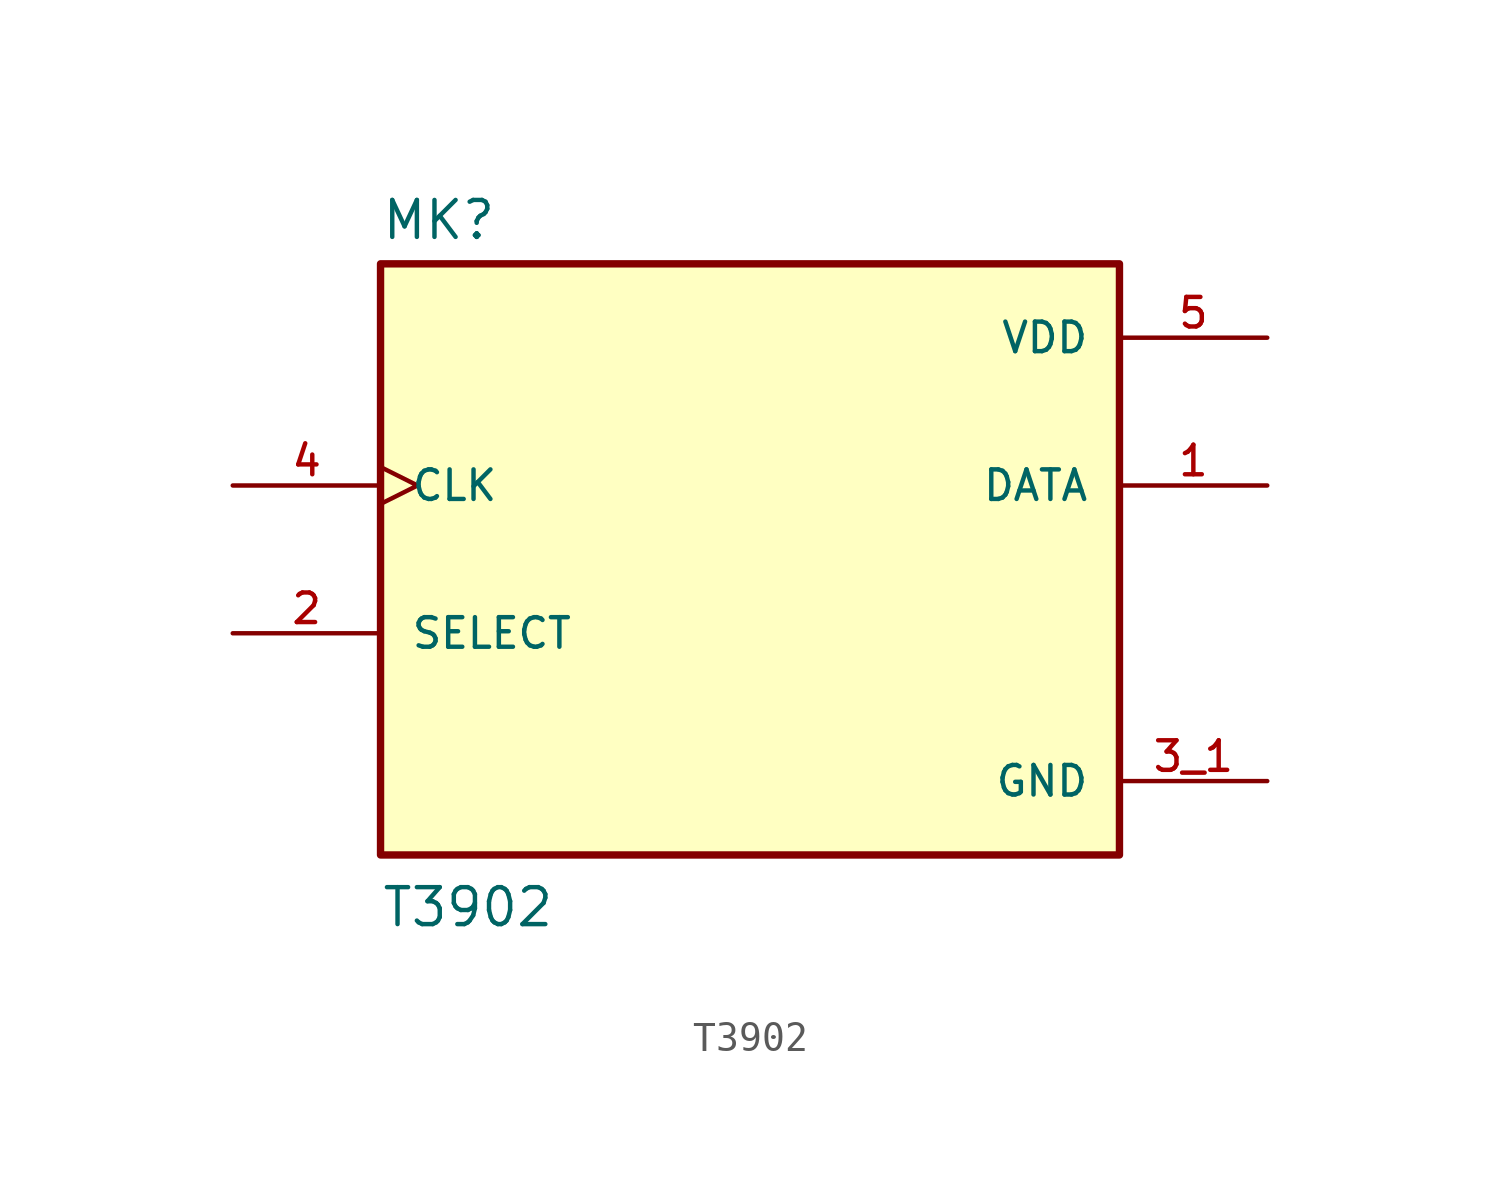
<source format=kicad_sym>
(kicad_symbol_lib
  (version 20211014)
  (generator kicad_symbol_editor)
  (symbol "T3902"
    (pin_names
      (offset 1.016))
    (property "Reference" "MK"
      (at -12.7 10.922 0)
      (effects (font (size 1.27 1.27)) (justify bottom left)))
    (property "Value" "T3902"
      (at -12.7 -12.7 0)
      (effects (font (size 1.27 1.27)) (justify bottom left)))
    (symbol "T3902_0_0"
      (rectangle (start -12.7 -10.16) (end 12.7 10.16) (stroke (width 0.254)) (fill (type background)))
      (pin output line (at 17.78 2.54 180.0) (length 5.08) (name "DATA" (effects (font (size 1.016 1.016)))) (number "1" (effects (font (size 1.016 1.016)))))
      (pin input line (at -17.78 -2.54 0) (length 5.08) (name "SELECT" (effects (font (size 1.016 1.016)))) (number "2" (effects (font (size 1.016 1.016)))))
      (pin power_in line (at 17.78 -7.62 180.0) (length 5.08) (name "GND" (effects (font (size 1.016 1.016)))) (number "3_1" (effects (font (size 1.016 1.016)))))
      (pin power_in line (at 17.78 -7.62 180.0) (length 5.08) hide (name "GND" (effects (font (size 1.016 1.016)))) (number "3_2" (effects (font (size 1.016 1.016)))))
      (pin input clock (at -17.78 2.54 0) (length 5.08) (name "CLK" (effects (font (size 1.016 1.016)))) (number "4" (effects (font (size 1.016 1.016)))))
      (pin power_in line (at 17.78 7.62 180.0) (length 5.08) (name "VDD" (effects (font (size 1.016 1.016)))) (number "5" (effects (font (size 1.016 1.016))))))))
</source>
